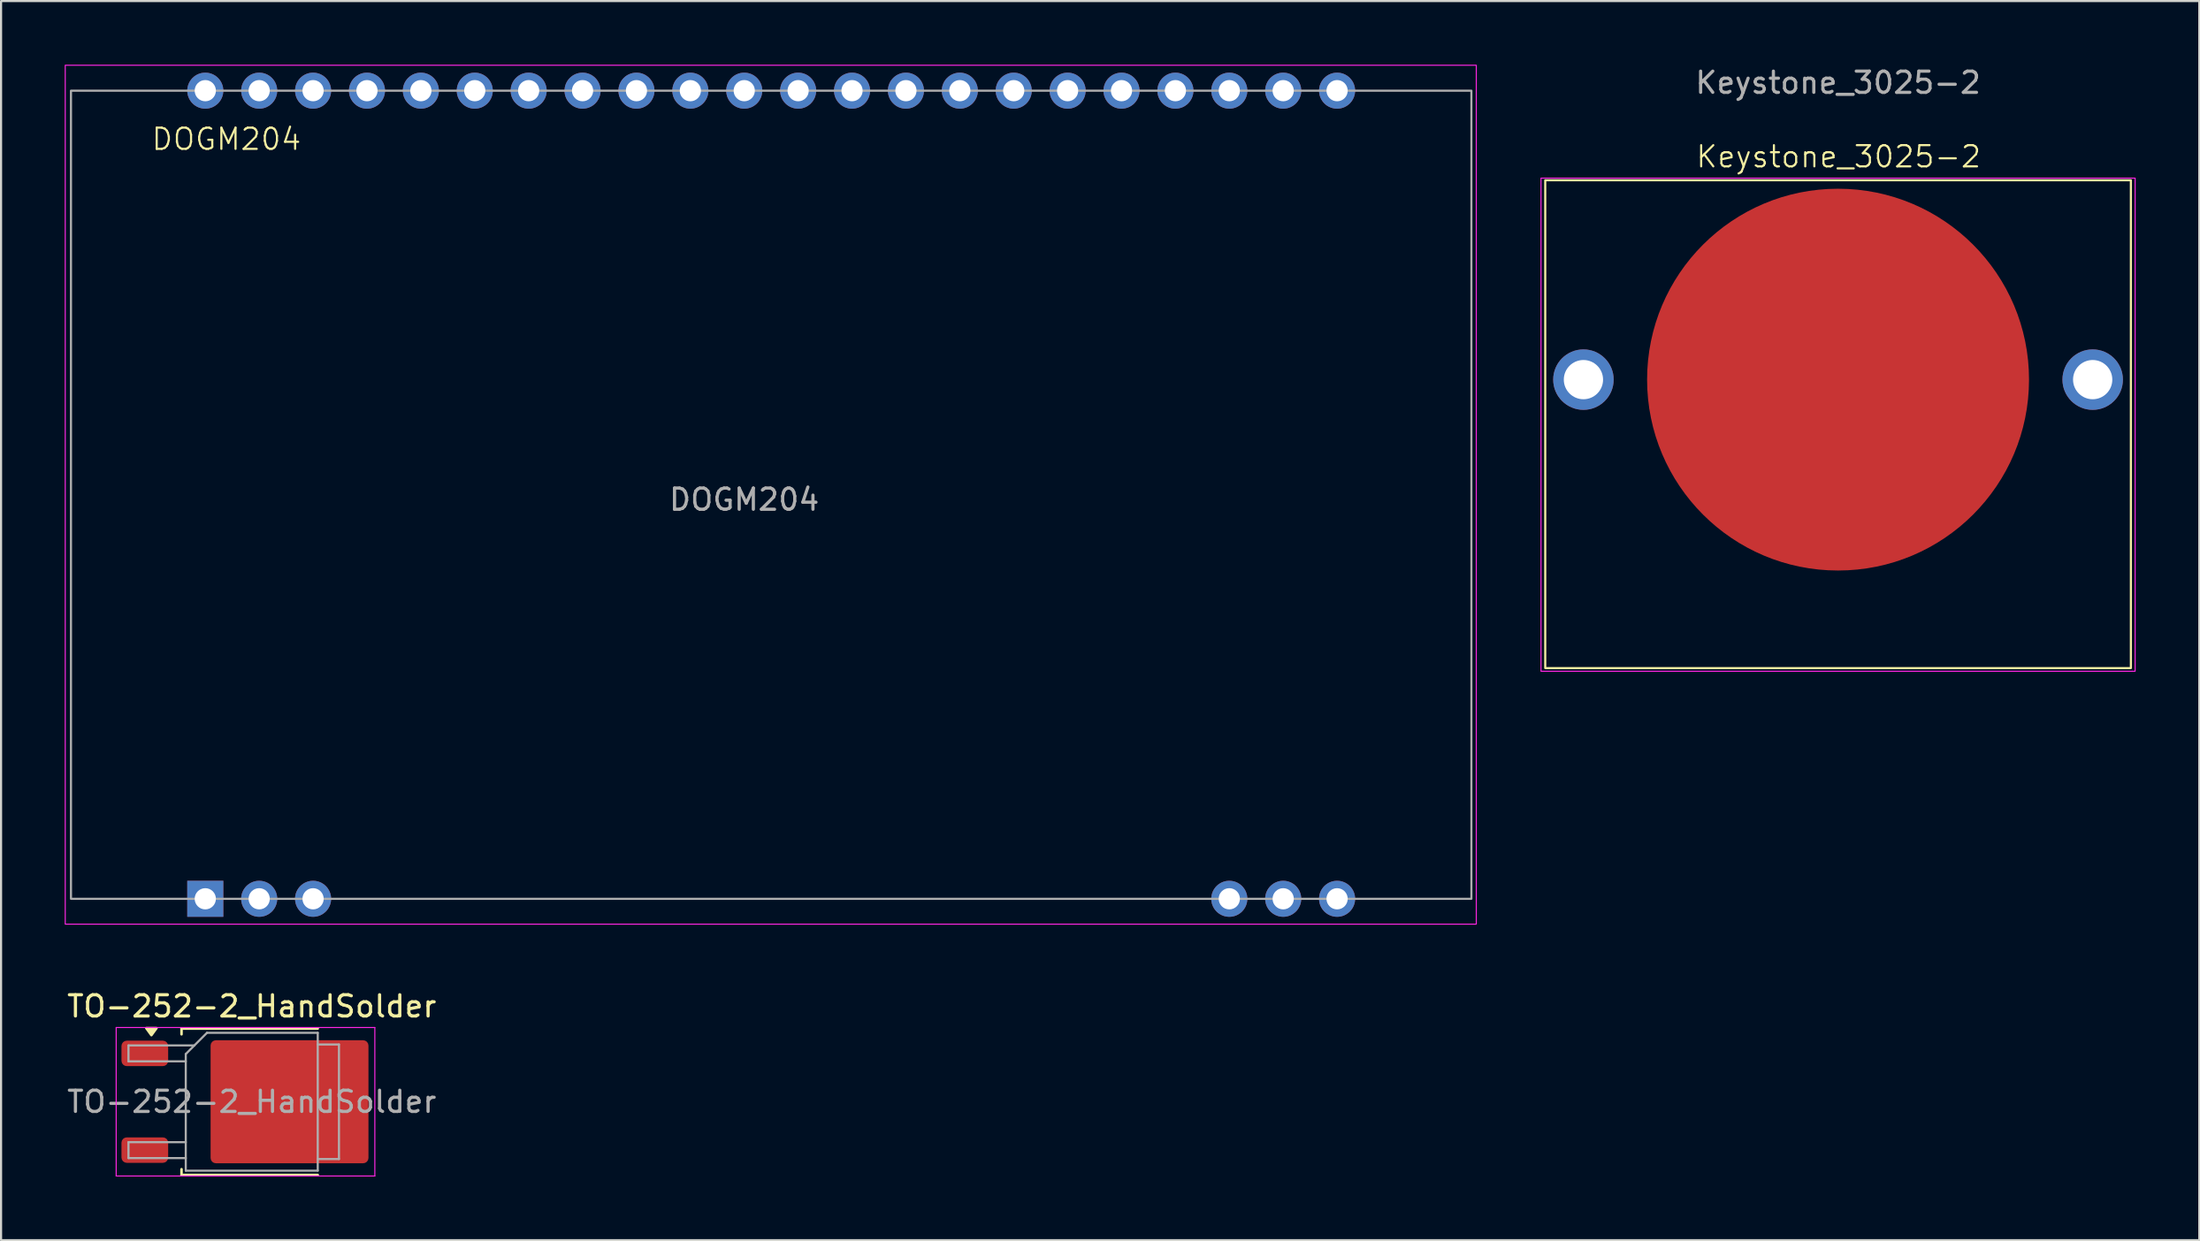
<source format=kicad_pcb>
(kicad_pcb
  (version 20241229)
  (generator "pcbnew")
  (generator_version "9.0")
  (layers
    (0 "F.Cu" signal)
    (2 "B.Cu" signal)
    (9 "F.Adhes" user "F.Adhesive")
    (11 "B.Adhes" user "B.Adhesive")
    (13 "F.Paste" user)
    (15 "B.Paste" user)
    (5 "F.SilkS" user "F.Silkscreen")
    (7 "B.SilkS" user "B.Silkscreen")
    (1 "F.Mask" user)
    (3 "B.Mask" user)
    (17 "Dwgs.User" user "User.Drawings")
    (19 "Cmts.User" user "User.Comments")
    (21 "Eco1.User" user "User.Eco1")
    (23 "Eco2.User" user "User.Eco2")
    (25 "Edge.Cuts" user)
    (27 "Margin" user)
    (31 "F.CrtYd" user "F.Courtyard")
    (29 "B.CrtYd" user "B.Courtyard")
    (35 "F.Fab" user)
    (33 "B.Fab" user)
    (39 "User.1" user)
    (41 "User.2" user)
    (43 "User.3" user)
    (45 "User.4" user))
  (footprint "DOGM204"
    (layer "F.Cu")
    (at 33.275 20.275)
    (property "Reference" "DOGM204" (at -25.654 -16.764 0) (unlocked yes) (layer "F.SilkS") (effects (font (size 1 1) (thickness 0.1))))
    (attr through_hole)
    (fp_rect (start -33.25 -20.25) (end 33.25 20.246) (stroke (width 0.05) (type default)) (fill no) (layer "F.CrtYd"))
    (fp_rect (start -32.98 -19.05) (end 33.02 19.05) (stroke (width 0.1) (type default)) (fill no) (layer "F.Fab"))
    (fp_text user "${REFERENCE}" (at -1.25 0.23 0) (unlocked yes) (layer "F.Fab") (effects (font (size 1 1) (thickness 0.15))))
    (pad "1" thru_hole rect (at -26.65 19.05) (size 1.7 1.7) (drill 1) (layers "*.Cu" "*.Mask"))
    (pad "2" thru_hole circle (at -24.11 19.05) (size 1.7 1.7) (drill 1) (layers "*.Cu" "*.Mask"))
    (pad "3" thru_hole circle (at -21.57 19.05) (size 1.7 1.7) (drill 1) (layers "*.Cu" "*.Mask"))
    (pad "20" thru_hole circle (at 21.61 19.05) (size 1.7 1.7) (drill 1) (layers "*.Cu" "*.Mask"))
    (pad "21" thru_hole circle (at 24.15 19.05) (size 1.7 1.7) (drill 1) (layers "*.Cu" "*.Mask"))
    (pad "22" thru_hole circle (at 26.69 19.05) (size 1.7 1.7) (drill 1) (layers "*.Cu" "*.Mask"))
    (pad "23" thru_hole circle (at 26.69 -19.05) (size 1.7 1.7) (drill 1) (layers "*.Cu" "*.Mask"))
    (pad "24" thru_hole circle (at 24.15 -19.05) (size 1.7 1.7) (drill 1) (layers "*.Cu" "*.Mask"))
    (pad "25" thru_hole circle (at 21.61 -19.05) (size 1.7 1.7) (drill 1) (layers "*.Cu" "*.Mask"))
    (pad "26" thru_hole circle (at 19.07 -19.05) (size 1.7 1.7) (drill 1) (layers "*.Cu" "*.Mask"))
    (pad "27" thru_hole circle (at 16.53 -19.05) (size 1.7 1.7) (drill 1) (layers "*.Cu" "*.Mask"))
    (pad "28" thru_hole circle (at 13.99 -19.05) (size 1.7 1.7) (drill 1) (layers "*.Cu" "*.Mask"))
    (pad "29" thru_hole circle (at 11.45 -19.05) (size 1.7 1.7) (drill 1) (layers "*.Cu" "*.Mask"))
    (pad "30" thru_hole circle (at 8.91 -19.05) (size 1.7 1.7) (drill 1) (layers "*.Cu" "*.Mask"))
    (pad "31" thru_hole circle (at 6.37 -19.05) (size 1.7 1.7) (drill 1) (layers "*.Cu" "*.Mask"))
    (pad "32" thru_hole circle (at 3.83 -19.05) (size 1.7 1.7) (drill 1) (layers "*.Cu" "*.Mask"))
    (pad "33" thru_hole circle (at 1.29 -19.05) (size 1.7 1.7) (drill 1) (layers "*.Cu" "*.Mask"))
    (pad "34" thru_hole circle (at -1.25 -19.05) (size 1.7 1.7) (drill 1) (layers "*.Cu" "*.Mask"))
    (pad "35" thru_hole circle (at -3.79 -19.05) (size 1.7 1.7) (drill 1) (layers "*.Cu" "*.Mask"))
    (pad "36" thru_hole circle (at -6.33 -19.05) (size 1.7 1.7) (drill 1) (layers "*.Cu" "*.Mask"))
    (pad "37" thru_hole circle (at -8.87 -19.05) (size 1.7 1.7) (drill 1) (layers "*.Cu" "*.Mask"))
    (pad "38" thru_hole circle (at -11.41 -19.05) (size 1.7 1.7) (drill 1) (layers "*.Cu" "*.Mask"))
    (pad "39" thru_hole circle (at -13.95 -19.05) (size 1.7 1.7) (drill 1) (layers "*.Cu" "*.Mask"))
    (pad "40" thru_hole circle (at -16.49 -19.05) (size 1.7 1.7) (drill 1) (layers "*.Cu" "*.Mask"))
    (pad "41" thru_hole circle (at -19.03 -19.05) (size 1.7 1.7) (drill 1) (layers "*.Cu" "*.Mask"))
    (pad "42" thru_hole circle (at -21.57 -19.05) (size 1.7 1.7) (drill 1) (layers "*.Cu" "*.Mask"))
    (pad "43" thru_hole circle (at -24.11 -19.05) (size 1.7 1.7) (drill 1) (layers "*.Cu" "*.Mask"))
    (pad "44" thru_hole circle (at -26.65 -19.05) (size 1.7 1.7) (drill 1) (layers "*.Cu" "*.Mask")))
  (footprint "Keystone_3025-2"
    (layer "F.Cu")
    (at 83.575 14.848)
    (property "Reference" "Keystone_3025-2" (at 0.025 -10.512 0) (unlocked yes) (layer "F.SilkS") (effects (font (size 1 1) (thickness 0.1))))
    (attr through_hole)
    (fp_rect (start -13.8 -9.4) (end 13.8 13.6) (stroke (width 0.1) (type default)) (fill no) (layer "F.SilkS"))
    (fp_rect (start -14 -9.5) (end 14 13.75) (stroke (width 0.05) (type default)) (fill no) (layer "F.CrtYd"))
    (fp_text user "${REFERENCE}" (at 0 -14 0) (unlocked yes) (layer "F.Fab") (effects (font (size 1 1) (thickness 0.15))))
    (pad "1" thru_hole circle (at -12 0) (size 2.85 2.85) (drill 1.85) (layers "*.Cu" "*.Mask"))
    (pad "1" thru_hole circle (at 12 0) (size 2.85 2.85) (drill 1.85) (layers "*.Cu" "*.Mask"))
    (pad "2" smd circle (at 0 0) (size 18 18) (layers "F.Cu" "F.Mask" "F.Paste")))
  (footprint "TO-252-2_HandSolder"
    (layer "F.Cu")
    (at 8.815 48.894)
    (property "Reference" "TO-252-2_HandSolder" (at 0 -4.5 0) (layer "F.SilkS") (effects (font (size 1 1) (thickness 0.15))))
    (attr smd)
    (fp_line (start -3.31 -3.45) (end -3.31 -3.18) (stroke (width 0.12) (type solid)) (layer "F.SilkS"))
    (fp_line (start -3.31 3.45) (end -3.31 3.18) (stroke (width 0.12) (type solid)) (layer "F.SilkS"))
    (fp_line (start 3.11 -3.45) (end -3.31 -3.45) (stroke (width 0.12) (type solid)) (layer "F.SilkS"))
    (fp_line (start 3.11 3.45) (end -3.31 3.45) (stroke (width 0.12) (type solid)) (layer "F.SilkS"))
    (fp_poly (pts (xy -4.73 -3.14) (xy -4.97 -3.47) (xy -4.49 -3.47) (xy -4.73 -3.14)) (stroke (width 0.12) (type solid)) (fill yes) (layer "F.SilkS"))
    (fp_line (start -6.39 -3.5) (end -6.39 3.5) (stroke (width 0.05) (type solid)) (layer "F.CrtYd"))
    (fp_line (start -6.39 3.5) (end 5.8 3.5) (stroke (width 0.05) (type solid)) (layer "F.CrtYd"))
    (fp_line (start 5.8 -3.5) (end -6.39 -3.5) (stroke (width 0.05) (type solid)) (layer "F.CrtYd"))
    (fp_line (start 5.8 3.5) (end 5.8 -3.5) (stroke (width 0.05) (type solid)) (layer "F.CrtYd"))
    (fp_line (start -5.81 -2.655) (end -5.81 -1.905) (stroke (width 0.1) (type solid)) (layer "F.Fab"))
    (fp_line (start -5.81 -1.905) (end -3.11 -1.905) (stroke (width 0.1) (type solid)) (layer "F.Fab"))
    (fp_line (start -5.81 1.905) (end -5.81 2.655) (stroke (width 0.1) (type solid)) (layer "F.Fab"))
    (fp_line (start -5.81 2.655) (end -3.11 2.655) (stroke (width 0.1) (type solid)) (layer "F.Fab"))
    (fp_line (start -3.11 -2.25) (end -2.11 -3.25) (stroke (width 0.1) (type solid)) (layer "F.Fab"))
    (fp_line (start -3.11 1.905) (end -5.81 1.905) (stroke (width 0.1) (type solid)) (layer "F.Fab"))
    (fp_line (start -3.11 3.25) (end -3.11 -2.25) (stroke (width 0.1) (type solid)) (layer "F.Fab"))
    (fp_line (start -2.705 -2.655) (end -5.81 -2.655) (stroke (width 0.1) (type solid)) (layer "F.Fab"))
    (fp_line (start -2.11 -3.25) (end 3.11 -3.25) (stroke (width 0.1) (type solid)) (layer "F.Fab"))
    (fp_line (start 3.11 -3.25) (end 3.11 3.25) (stroke (width 0.1) (type solid)) (layer "F.Fab"))
    (fp_line (start 3.11 -2.7) (end 4.11 -2.7) (stroke (width 0.1) (type solid)) (layer "F.Fab"))
    (fp_line (start 3.11 3.25) (end -3.11 3.25) (stroke (width 0.1) (type solid)) (layer "F.Fab"))
    (fp_line (start 4.11 -2.7) (end 4.11 2.7) (stroke (width 0.1) (type solid)) (layer "F.Fab"))
    (fp_line (start 4.11 2.7) (end 3.11 2.7) (stroke (width 0.1) (type solid)) (layer "F.Fab"))
    (fp_text user "${REFERENCE}" (at 0 0 0) (layer "F.Fab") (effects (font (size 1 1) (thickness 0.15))))
    (pad "1" smd roundrect (at -5.04 -2.28) (size 2.2 1.2) (layers "F.Cu" "F.Mask" "F.Paste") (roundrect_rratio 0.208))
    (pad "2" smd roundrect (at 1.78 0) (size 7.44 5.8) (layers "F.Cu" "F.Mask") (roundrect_rratio 0.043))
    (pad "3" smd roundrect (at -5.04 2.28) (size 2.2 1.2) (layers "F.Cu" "F.Mask" "F.Paste") (roundrect_rratio 0.208)))
  (gr_rect
    (start -3 -3)
    (end 100.6 55.419)
    (stroke (width 0.1) (type default))
    (fill no)
    (layer "Edge.Cuts")))
</source>
